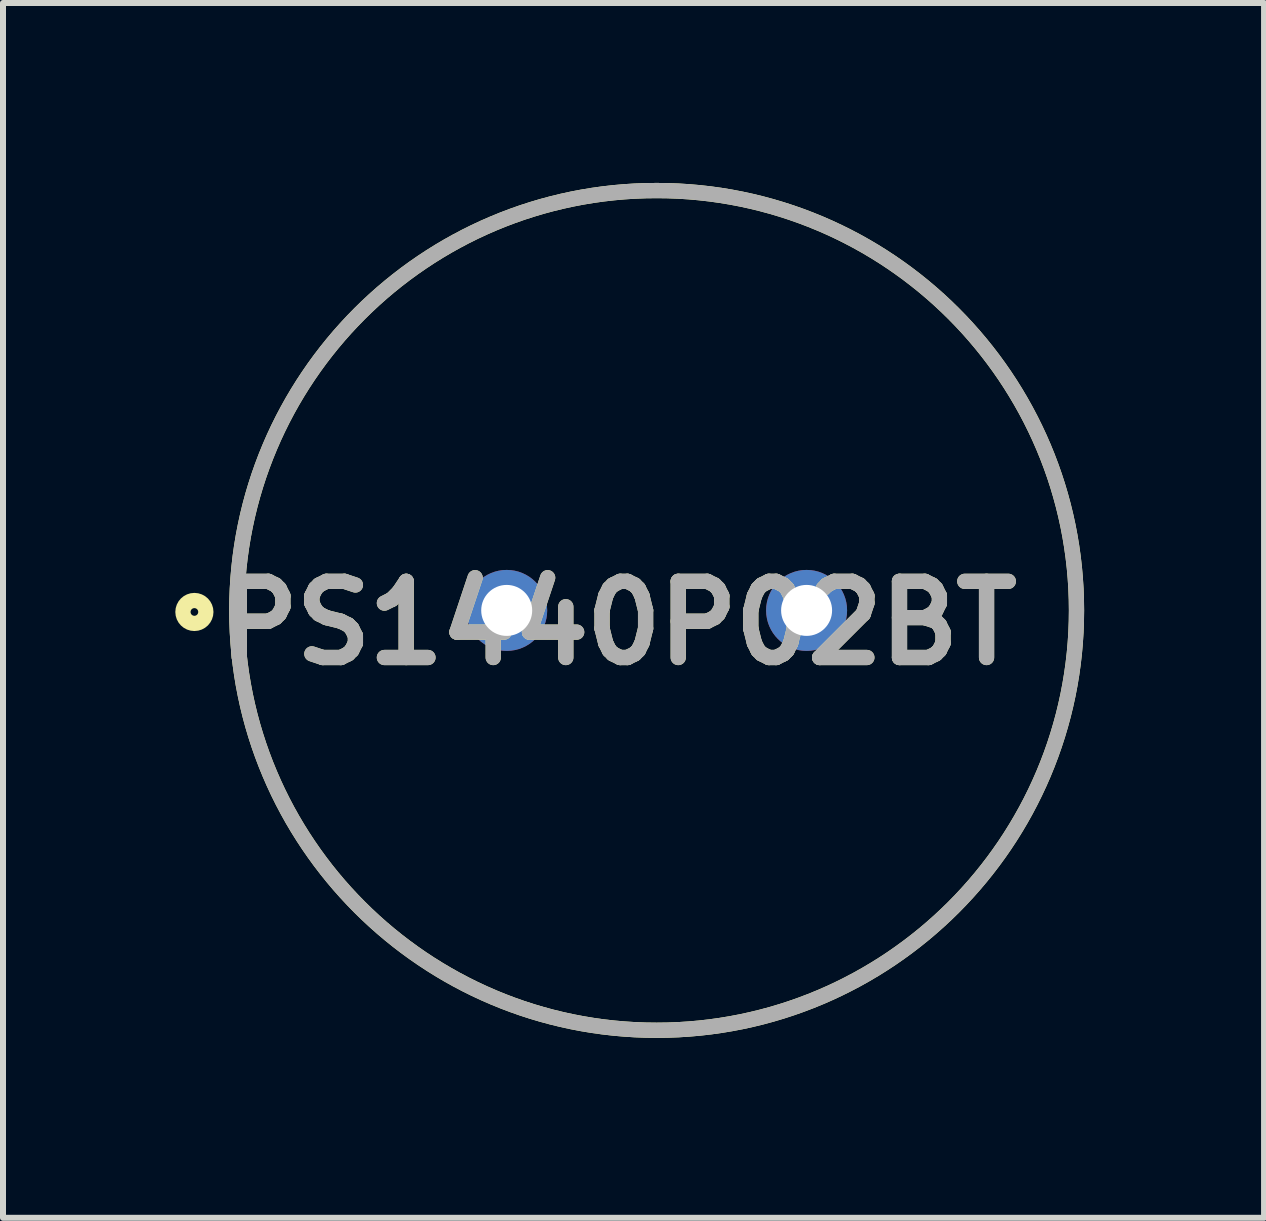
<source format=kicad_pcb>
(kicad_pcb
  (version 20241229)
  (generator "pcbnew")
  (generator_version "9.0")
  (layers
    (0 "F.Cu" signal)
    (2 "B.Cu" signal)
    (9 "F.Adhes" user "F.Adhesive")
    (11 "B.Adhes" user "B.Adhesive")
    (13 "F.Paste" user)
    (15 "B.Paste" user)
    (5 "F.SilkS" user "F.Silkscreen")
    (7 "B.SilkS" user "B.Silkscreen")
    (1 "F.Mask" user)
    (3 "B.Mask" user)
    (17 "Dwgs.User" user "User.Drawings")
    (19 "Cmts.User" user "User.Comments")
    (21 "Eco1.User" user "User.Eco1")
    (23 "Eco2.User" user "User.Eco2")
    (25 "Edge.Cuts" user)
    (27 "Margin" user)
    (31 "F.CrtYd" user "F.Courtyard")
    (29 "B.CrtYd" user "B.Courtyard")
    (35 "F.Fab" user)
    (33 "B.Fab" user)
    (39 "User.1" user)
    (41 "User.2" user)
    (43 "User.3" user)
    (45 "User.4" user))
  (footprint "PS1440P02BT"
    (layer "F.Cu")
    (at 7.898 7.127)
    (property "Reference" "PS1440P02BT" (at -0.638 0.211 0) (layer "F.SilkS") (effects (font (size 1.27 1.27) (thickness 0.254))))
    (attr through_hole)
    (fp_circle (center -7.707 0.026) (end -7.707 0.09) (stroke (width 0.254) (type solid)) (fill no) (layer "F.SilkS"))
    (fp_circle (center 0 0) (end 0 7) (stroke (width 0.254) (type solid)) (fill no) (layer "F.SilkS"))
    (fp_circle (center 0 0) (end 0 7) (stroke (width 0.254) (type solid)) (fill no) (layer "F.Fab"))
    (fp_text user "${REFERENCE}" (at -0.638 0.211 0) (layer "F.Fab") (effects (font (size 1.27 1.27) (thickness 0.254))))
    (pad "1" thru_hole circle (at -2.5 0) (size 1.35 1.35) (drill 0.85) (layers "*.Cu" "*.Mask"))
    (pad "2" thru_hole circle (at 2.5 0) (size 1.35 1.35) (drill 0.85) (layers "*.Cu" "*.Mask")))
  (gr_rect
    (start -3 -3)
    (end 18.025 17.254)
    (stroke (width 0.1) (type default))
    (fill no)
    (layer "Edge.Cuts")))
</source>
